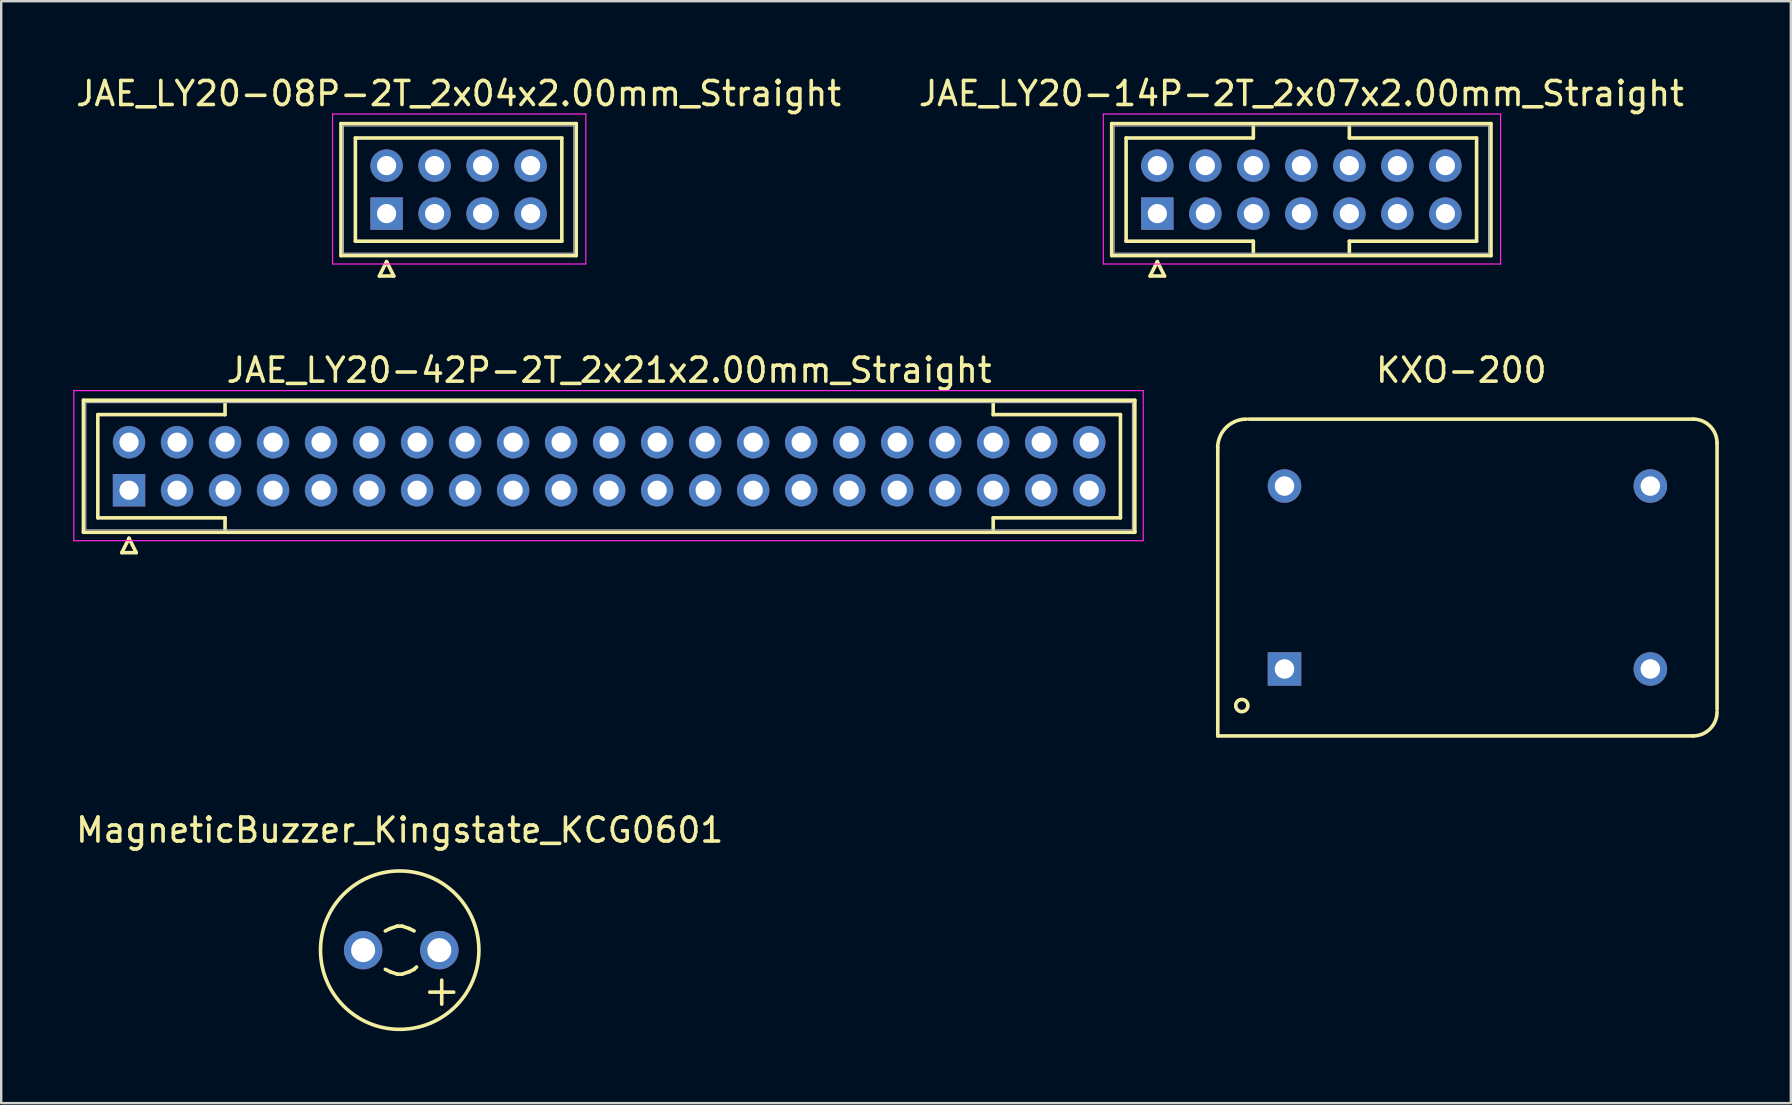
<source format=kicad_pcb>
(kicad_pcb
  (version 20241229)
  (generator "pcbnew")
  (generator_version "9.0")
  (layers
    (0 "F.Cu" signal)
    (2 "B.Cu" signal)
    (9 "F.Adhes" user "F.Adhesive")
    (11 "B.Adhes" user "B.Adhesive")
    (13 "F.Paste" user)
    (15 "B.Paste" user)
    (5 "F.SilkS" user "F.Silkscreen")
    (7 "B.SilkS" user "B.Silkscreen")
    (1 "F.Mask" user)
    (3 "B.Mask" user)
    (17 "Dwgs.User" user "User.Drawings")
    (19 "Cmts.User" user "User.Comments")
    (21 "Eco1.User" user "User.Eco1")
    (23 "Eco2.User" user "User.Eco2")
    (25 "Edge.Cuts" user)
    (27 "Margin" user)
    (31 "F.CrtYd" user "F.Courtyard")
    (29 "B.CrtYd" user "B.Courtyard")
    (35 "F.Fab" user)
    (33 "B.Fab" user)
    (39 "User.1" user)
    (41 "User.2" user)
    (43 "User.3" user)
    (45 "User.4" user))
  (footprint "JAE_LY20-14P-2T_2x07x2.00mm_Straight"
    (layer "F.Cu")
    (at 45.161 5.848)
    (property "Reference" "JAE_LY20-14P-2T_2x07x2.00mm_Straight" (at 6 -5 0) (layer "F.SilkS") (effects (font (size 1 1) (thickness 0.15))))
    (attr through_hole)
    (fp_line (start -1.9 -3.75) (end -1.9 1.75) (stroke (width 0.15) (type solid)) (layer "F.SilkS"))
    (fp_line (start -1.9 1.75) (end 13.9 1.75) (stroke (width 0.15) (type solid)) (layer "F.SilkS"))
    (fp_line (start -1.3 -3.15) (end 4 -3.15) (stroke (width 0.15) (type solid)) (layer "F.SilkS"))
    (fp_line (start -1.3 1.15) (end -1.3 -3.15) (stroke (width 0.15) (type solid)) (layer "F.SilkS"))
    (fp_line (start -0.3 2.6) (end 0.3 2.6) (stroke (width 0.15) (type solid)) (layer "F.SilkS"))
    (fp_line (start 0 2) (end -0.3 2.6) (stroke (width 0.15) (type solid)) (layer "F.SilkS"))
    (fp_line (start 0.3 2.6) (end 0 2) (stroke (width 0.15) (type solid)) (layer "F.SilkS"))
    (fp_line (start 4 -3.15) (end 4 -3.65) (stroke (width 0.15) (type solid)) (layer "F.SilkS"))
    (fp_line (start 4 1.15) (end -1.3 1.15) (stroke (width 0.15) (type solid)) (layer "F.SilkS"))
    (fp_line (start 4 1.65) (end 4 1.15) (stroke (width 0.15) (type solid)) (layer "F.SilkS"))
    (fp_line (start 8 -3.15) (end 8 -3.65) (stroke (width 0.15) (type solid)) (layer "F.SilkS"))
    (fp_line (start 8 1.15) (end 13.3 1.15) (stroke (width 0.15) (type solid)) (layer "F.SilkS"))
    (fp_line (start 8 1.65) (end 8 1.15) (stroke (width 0.15) (type solid)) (layer "F.SilkS"))
    (fp_line (start 13.3 -3.15) (end 8 -3.15) (stroke (width 0.15) (type solid)) (layer "F.SilkS"))
    (fp_line (start 13.3 1.15) (end 13.3 -3.15) (stroke (width 0.15) (type solid)) (layer "F.SilkS"))
    (fp_line (start 13.9 -3.75) (end -1.9 -3.75) (stroke (width 0.15) (type solid)) (layer "F.SilkS"))
    (fp_line (start 13.9 1.75) (end 13.9 -3.75) (stroke (width 0.15) (type solid)) (layer "F.SilkS"))
    (fp_line (start -2.25 -4.15) (end -2.25 2.1) (stroke (width 0.05) (type solid)) (layer "F.CrtYd"))
    (fp_line (start -2.25 2.1) (end 14.3 2.1) (stroke (width 0.05) (type solid)) (layer "F.CrtYd"))
    (fp_line (start 14.3 -4.15) (end -2.25 -4.15) (stroke (width 0.05) (type solid)) (layer "F.CrtYd"))
    (fp_line (start 14.3 2.1) (end 14.3 -4.15) (stroke (width 0.05) (type solid)) (layer "F.CrtYd"))
    (fp_line (start -1.8 -3.65) (end -1.8 1.65) (stroke (width 0.05) (type solid)) (layer "F.Fab"))
    (fp_line (start -1.8 1.65) (end 13.8 1.65) (stroke (width 0.05) (type solid)) (layer "F.Fab"))
    (fp_line (start 13.8 -3.65) (end -1.8 -3.65) (stroke (width 0.05) (type solid)) (layer "F.Fab"))
    (fp_line (start 13.8 1.65) (end 13.8 -3.65) (stroke (width 0.05) (type solid)) (layer "F.Fab"))
    (pad "1" thru_hole rect (at 0 0) (size 1.35 1.35) (drill 0.8) (layers "*.Cu" "*.Mask"))
    (pad "2" thru_hole circle (at 2 0) (size 1.35 1.35) (drill 0.8) (layers "*.Cu" "*.Mask"))
    (pad "3" thru_hole circle (at 4 0) (size 1.35 1.35) (drill 0.8) (layers "*.Cu" "*.Mask"))
    (pad "4" thru_hole circle (at 6 0) (size 1.35 1.35) (drill 0.8) (layers "*.Cu" "*.Mask"))
    (pad "5" thru_hole circle (at 8 0) (size 1.35 1.35) (drill 0.8) (layers "*.Cu" "*.Mask"))
    (pad "6" thru_hole circle (at 10 0) (size 1.35 1.35) (drill 0.8) (layers "*.Cu" "*.Mask"))
    (pad "7" thru_hole circle (at 12 0) (size 1.35 1.35) (drill 0.8) (layers "*.Cu" "*.Mask"))
    (pad "8" thru_hole circle (at 0 -2) (size 1.35 1.35) (drill 0.8) (layers "*.Cu" "*.Mask"))
    (pad "9" thru_hole circle (at 2 -2) (size 1.35 1.35) (drill 0.8) (layers "*.Cu" "*.Mask"))
    (pad "10" thru_hole circle (at 4 -2) (size 1.35 1.35) (drill 0.8) (layers "*.Cu" "*.Mask"))
    (pad "11" thru_hole circle (at 6 -2) (size 1.35 1.35) (drill 0.8) (layers "*.Cu" "*.Mask"))
    (pad "12" thru_hole circle (at 8 -2) (size 1.35 1.35) (drill 0.8) (layers "*.Cu" "*.Mask"))
    (pad "13" thru_hole circle (at 10 -2) (size 1.35 1.35) (drill 0.8) (layers "*.Cu" "*.Mask"))
    (pad "14" thru_hole circle (at 12 -2) (size 1.35 1.35) (drill 0.8) (layers "*.Cu" "*.Mask")))
  (footprint "JAE_LY20-08P-2T_2x04x2.00mm_Straight"
    (layer "F.Cu")
    (at 13.054 5.848)
    (property "Reference" "JAE_LY20-08P-2T_2x04x2.00mm_Straight" (at 3 -5 0) (layer "F.SilkS") (effects (font (size 1 1) (thickness 0.15))))
    (attr through_hole)
    (fp_line (start -1.9 -3.75) (end -1.9 1.75) (stroke (width 0.15) (type solid)) (layer "F.SilkS"))
    (fp_line (start -1.9 1.75) (end 7.9 1.75) (stroke (width 0.15) (type solid)) (layer "F.SilkS"))
    (fp_line (start -1.3 -3.15) (end -1.3 1.15) (stroke (width 0.15) (type solid)) (layer "F.SilkS"))
    (fp_line (start -1.3 1.15) (end 7.3 1.15) (stroke (width 0.15) (type solid)) (layer "F.SilkS"))
    (fp_line (start -0.3 2.6) (end 0.3 2.6) (stroke (width 0.15) (type solid)) (layer "F.SilkS"))
    (fp_line (start 0 2) (end -0.3 2.6) (stroke (width 0.15) (type solid)) (layer "F.SilkS"))
    (fp_line (start 0.3 2.6) (end 0 2) (stroke (width 0.15) (type solid)) (layer "F.SilkS"))
    (fp_line (start 7.3 -3.15) (end -1.3 -3.15) (stroke (width 0.15) (type solid)) (layer "F.SilkS"))
    (fp_line (start 7.3 1.15) (end 7.3 -3.15) (stroke (width 0.15) (type solid)) (layer "F.SilkS"))
    (fp_line (start 7.9 -3.75) (end -1.9 -3.75) (stroke (width 0.15) (type solid)) (layer "F.SilkS"))
    (fp_line (start 7.9 1.75) (end 7.9 -3.75) (stroke (width 0.15) (type solid)) (layer "F.SilkS"))
    (fp_line (start -2.25 -4.15) (end -2.25 2.1) (stroke (width 0.05) (type solid)) (layer "F.CrtYd"))
    (fp_line (start -2.25 2.1) (end 8.3 2.1) (stroke (width 0.05) (type solid)) (layer "F.CrtYd"))
    (fp_line (start 8.3 -4.15) (end -2.25 -4.15) (stroke (width 0.05) (type solid)) (layer "F.CrtYd"))
    (fp_line (start 8.3 2.1) (end 8.3 -4.15) (stroke (width 0.05) (type solid)) (layer "F.CrtYd"))
    (fp_line (start -1.8 -3.65) (end -1.8 1.65) (stroke (width 0.05) (type solid)) (layer "F.Fab"))
    (fp_line (start -1.8 1.65) (end 7.8 1.65) (stroke (width 0.05) (type solid)) (layer "F.Fab"))
    (fp_line (start 7.8 -3.65) (end -1.8 -3.65) (stroke (width 0.05) (type solid)) (layer "F.Fab"))
    (fp_line (start 7.8 1.65) (end 7.8 -3.65) (stroke (width 0.05) (type solid)) (layer "F.Fab"))
    (pad "1" thru_hole rect (at 0 0) (size 1.35 1.35) (drill 0.8) (layers "*.Cu" "*.Mask"))
    (pad "2" thru_hole circle (at 2 0) (size 1.35 1.35) (drill 0.8) (layers "*.Cu" "*.Mask"))
    (pad "3" thru_hole circle (at 4 0) (size 1.35 1.35) (drill 0.8) (layers "*.Cu" "*.Mask"))
    (pad "4" thru_hole circle (at 6 0) (size 1.35 1.35) (drill 0.8) (layers "*.Cu" "*.Mask"))
    (pad "5" thru_hole circle (at 0 -2) (size 1.35 1.35) (drill 0.8) (layers "*.Cu" "*.Mask"))
    (pad "6" thru_hole circle (at 2 -2) (size 1.35 1.35) (drill 0.8) (layers "*.Cu" "*.Mask"))
    (pad "7" thru_hole circle (at 4 -2) (size 1.35 1.35) (drill 0.8) (layers "*.Cu" "*.Mask"))
    (pad "8" thru_hole circle (at 6 -2) (size 1.35 1.35) (drill 0.8) (layers "*.Cu" "*.Mask")))
  (footprint "KXO-200"
    (layer "F.Cu")
    (at 58.079 21.008)
    (property "Reference" "KXO-200" (at -0.254 -8.636 0) (layer "F.SilkS") (effects (font (size 1 1) (thickness 0.15))))
    (attr through_hole)
    (fp_line (start -10.399 -5.4) (end -10.399 6.599) (stroke (width 0.15) (type solid)) (layer "F.SilkS"))
    (fp_line (start -9.101 -6.599) (end 9.401 -6.599) (stroke (width 0.15) (type solid)) (layer "F.SilkS"))
    (fp_line (start 9.401 6.599) (end -10.399 6.599) (stroke (width 0.15) (type solid)) (layer "F.SilkS"))
    (fp_line (start 10.399 -5.601) (end 10.399 5.499) (stroke (width 0.15) (type solid)) (layer "F.SilkS"))
    (fp_arc (start -10.40384 -5.40004) (mid -10.052696 -6.247776) (end -9.20496 -6.59892) (stroke (width 0.15) (type solid)) (layer "F.SilkS"))
    (fp_arc (start 9.40054 -6.59892) (mid 10.106388 -6.306548) (end 10.39876 -5.6007) (stroke (width 0.15) (type solid)) (layer "F.SilkS"))
    (fp_arc (start 10.39876 5.6007) (mid 10.106388 6.306548) (end 9.40054 6.59892) (stroke (width 0.15) (type solid)) (layer "F.SilkS"))
    (fp_circle (center -9.398 5.334) (end -9.398 5.588) (stroke (width 0.15) (type solid)) (fill no) (layer "F.SilkS"))
    (pad "1" thru_hole rect (at -7.62 3.81) (size 1.397 1.397) (drill 0.813) (layers "*.Cu" "*.Mask"))
    (pad "7" thru_hole circle (at 7.62 3.81) (size 1.397 1.397) (drill 0.813) (layers "*.Cu" "*.Mask"))
    (pad "8" thru_hole circle (at 7.62 -3.81) (size 1.397 1.397) (drill 0.813) (layers "*.Cu" "*.Mask"))
    (pad "14" thru_hole circle (at -7.62 -3.81) (size 1.397 1.397) (drill 0.813) (layers "*.Cu" "*.Mask")))
  (footprint "MagneticBuzzer_Kingstate_KCG0601"
    (layer "F.Cu")
    (at 12.077 36.531)
    (property "Reference" "MagneticBuzzer_Kingstate_KCG0601" (at 1.524 -5.001 0) (layer "F.SilkS") (effects (font (size 1 1) (thickness 0.15))))
    (attr through_hole)
    (fp_line (start 1.125 -0.899) (end 0.925 -0.8) (stroke (width 0.15) (type solid)) (layer "F.SilkS"))
    (fp_line (start 1.125 0.899) (end 0.925 0.8) (stroke (width 0.15) (type solid)) (layer "F.SilkS"))
    (fp_line (start 1.425 -1.001) (end 1.125 -0.899) (stroke (width 0.15) (type solid)) (layer "F.SilkS"))
    (fp_line (start 1.425 1.001) (end 1.125 0.899) (stroke (width 0.15) (type solid)) (layer "F.SilkS"))
    (fp_line (start 1.623 -1.001) (end 1.425 -1.001) (stroke (width 0.15) (type solid)) (layer "F.SilkS"))
    (fp_line (start 1.623 1.001) (end 1.425 1.001) (stroke (width 0.15) (type solid)) (layer "F.SilkS"))
    (fp_line (start 1.923 -0.899) (end 1.623 -1.001) (stroke (width 0.15) (type solid)) (layer "F.SilkS"))
    (fp_line (start 1.923 0.899) (end 1.623 1.001) (stroke (width 0.15) (type solid)) (layer "F.SilkS"))
    (fp_line (start 2.123 -0.8) (end 1.923 -0.899) (stroke (width 0.15) (type solid)) (layer "F.SilkS"))
    (fp_line (start 2.123 0.8) (end 1.923 0.899) (stroke (width 0.15) (type solid)) (layer "F.SilkS"))
    (fp_line (start 2.225 0.701) (end 2.123 0.8) (stroke (width 0.15) (type solid)) (layer "F.SilkS"))
    (fp_line (start 2.774 1.75) (end 3.774 1.75) (stroke (width 0.15) (type solid)) (layer "F.SilkS"))
    (fp_line (start 3.274 1.25) (end 3.274 2.25) (stroke (width 0.15) (type solid)) (layer "F.SilkS"))
    (fp_circle (center 1.524 0) (end 4.823 0) (stroke (width 0.15) (type solid)) (fill no) (layer "F.SilkS"))
    (pad "1" thru_hole circle (at 0 0) (size 1.6 1.6) (drill 1.001) (layers "*.Cu" "*.Mask"))
    (pad "2" thru_hole circle (at 3.175 0) (size 1.6 1.6) (drill 1.001) (layers "*.Cu" "*.Mask")))
  (footprint "JAE_LY20-42P-2T_2x21x2.00mm_Straight"
    (layer "F.Cu")
    (at 2.325 17.372)
    (property "Reference" "JAE_LY20-42P-2T_2x21x2.00mm_Straight" (at 20 -5 0) (layer "F.SilkS") (effects (font (size 1 1) (thickness 0.15))))
    (attr through_hole)
    (fp_line (start -1.9 -3.75) (end -1.9 1.75) (stroke (width 0.15) (type solid)) (layer "F.SilkS"))
    (fp_line (start -1.9 1.75) (end 41.9 1.75) (stroke (width 0.15) (type solid)) (layer "F.SilkS"))
    (fp_line (start -1.3 -3.15) (end 4 -3.15) (stroke (width 0.15) (type solid)) (layer "F.SilkS"))
    (fp_line (start -1.3 1.15) (end -1.3 -3.15) (stroke (width 0.15) (type solid)) (layer "F.SilkS"))
    (fp_line (start -0.3 2.6) (end 0.3 2.6) (stroke (width 0.15) (type solid)) (layer "F.SilkS"))
    (fp_line (start 0 2) (end -0.3 2.6) (stroke (width 0.15) (type solid)) (layer "F.SilkS"))
    (fp_line (start 0.3 2.6) (end 0 2) (stroke (width 0.15) (type solid)) (layer "F.SilkS"))
    (fp_line (start 4 -3.15) (end 4 -3.65) (stroke (width 0.15) (type solid)) (layer "F.SilkS"))
    (fp_line (start 4 1.15) (end -1.3 1.15) (stroke (width 0.15) (type solid)) (layer "F.SilkS"))
    (fp_line (start 4 1.65) (end 4 1.15) (stroke (width 0.15) (type solid)) (layer "F.SilkS"))
    (fp_line (start 36 -3.15) (end 36 -3.65) (stroke (width 0.15) (type solid)) (layer "F.SilkS"))
    (fp_line (start 36 1.15) (end 41.3 1.15) (stroke (width 0.15) (type solid)) (layer "F.SilkS"))
    (fp_line (start 36 1.65) (end 36 1.15) (stroke (width 0.15) (type solid)) (layer "F.SilkS"))
    (fp_line (start 41.3 -3.15) (end 36 -3.15) (stroke (width 0.15) (type solid)) (layer "F.SilkS"))
    (fp_line (start 41.3 1.15) (end 41.3 -3.15) (stroke (width 0.15) (type solid)) (layer "F.SilkS"))
    (fp_line (start 41.9 -3.75) (end -1.9 -3.75) (stroke (width 0.15) (type solid)) (layer "F.SilkS"))
    (fp_line (start 41.9 1.75) (end 41.9 -3.75) (stroke (width 0.15) (type solid)) (layer "F.SilkS"))
    (fp_line (start -2.3 -4.15) (end -2.3 2.1) (stroke (width 0.05) (type solid)) (layer "F.CrtYd"))
    (fp_line (start -2.3 2.1) (end 42.25 2.1) (stroke (width 0.05) (type solid)) (layer "F.CrtYd"))
    (fp_line (start 42.25 -4.15) (end -2.3 -4.15) (stroke (width 0.05) (type solid)) (layer "F.CrtYd"))
    (fp_line (start 42.25 2.1) (end 42.25 -4.15) (stroke (width 0.05) (type solid)) (layer "F.CrtYd"))
    (fp_line (start -1.8 -3.65) (end -1.8 1.65) (stroke (width 0.05) (type solid)) (layer "F.Fab"))
    (fp_line (start -1.8 1.65) (end 41.8 1.65) (stroke (width 0.05) (type solid)) (layer "F.Fab"))
    (fp_line (start 41.8 -3.65) (end -1.8 -3.65) (stroke (width 0.05) (type solid)) (layer "F.Fab"))
    (fp_line (start 41.8 1.65) (end 41.8 -3.65) (stroke (width 0.05) (type solid)) (layer "F.Fab"))
    (pad "1" thru_hole rect (at 0 0) (size 1.35 1.35) (drill 0.8) (layers "*.Cu" "*.Mask"))
    (pad "2" thru_hole circle (at 2 0) (size 1.35 1.35) (drill 0.8) (layers "*.Cu" "*.Mask"))
    (pad "3" thru_hole circle (at 4 0) (size 1.35 1.35) (drill 0.8) (layers "*.Cu" "*.Mask"))
    (pad "4" thru_hole circle (at 6 0) (size 1.35 1.35) (drill 0.8) (layers "*.Cu" "*.Mask"))
    (pad "5" thru_hole circle (at 8 0) (size 1.35 1.35) (drill 0.8) (layers "*.Cu" "*.Mask"))
    (pad "6" thru_hole circle (at 10 0) (size 1.35 1.35) (drill 0.8) (layers "*.Cu" "*.Mask"))
    (pad "7" thru_hole circle (at 12 0) (size 1.35 1.35) (drill 0.8) (layers "*.Cu" "*.Mask"))
    (pad "8" thru_hole circle (at 14 0) (size 1.35 1.35) (drill 0.8) (layers "*.Cu" "*.Mask"))
    (pad "9" thru_hole circle (at 16 0) (size 1.35 1.35) (drill 0.8) (layers "*.Cu" "*.Mask"))
    (pad "10" thru_hole circle (at 18 0) (size 1.35 1.35) (drill 0.8) (layers "*.Cu" "*.Mask"))
    (pad "11" thru_hole circle (at 20 0) (size 1.35 1.35) (drill 0.8) (layers "*.Cu" "*.Mask"))
    (pad "12" thru_hole circle (at 22 0) (size 1.35 1.35) (drill 0.8) (layers "*.Cu" "*.Mask"))
    (pad "13" thru_hole circle (at 24 0) (size 1.35 1.35) (drill 0.8) (layers "*.Cu" "*.Mask"))
    (pad "14" thru_hole circle (at 26 0) (size 1.35 1.35) (drill 0.8) (layers "*.Cu" "*.Mask"))
    (pad "15" thru_hole circle (at 28 0) (size 1.35 1.35) (drill 0.8) (layers "*.Cu" "*.Mask"))
    (pad "16" thru_hole circle (at 30 0) (size 1.35 1.35) (drill 0.8) (layers "*.Cu" "*.Mask"))
    (pad "17" thru_hole circle (at 32 0) (size 1.35 1.35) (drill 0.8) (layers "*.Cu" "*.Mask"))
    (pad "18" thru_hole circle (at 34 0) (size 1.35 1.35) (drill 0.8) (layers "*.Cu" "*.Mask"))
    (pad "19" thru_hole circle (at 36 0) (size 1.35 1.35) (drill 0.8) (layers "*.Cu" "*.Mask"))
    (pad "20" thru_hole circle (at 38 0) (size 1.35 1.35) (drill 0.8) (layers "*.Cu" "*.Mask"))
    (pad "21" thru_hole circle (at 40 0) (size 1.35 1.35) (drill 0.8) (layers "*.Cu" "*.Mask"))
    (pad "22" thru_hole circle (at 0 -2) (size 1.35 1.35) (drill 0.8) (layers "*.Cu" "*.Mask"))
    (pad "23" thru_hole circle (at 2 -2) (size 1.35 1.35) (drill 0.8) (layers "*.Cu" "*.Mask"))
    (pad "24" thru_hole circle (at 4 -2) (size 1.35 1.35) (drill 0.8) (layers "*.Cu" "*.Mask"))
    (pad "25" thru_hole circle (at 6 -2) (size 1.35 1.35) (drill 0.8) (layers "*.Cu" "*.Mask"))
    (pad "26" thru_hole circle (at 8 -2) (size 1.35 1.35) (drill 0.8) (layers "*.Cu" "*.Mask"))
    (pad "27" thru_hole circle (at 10 -2) (size 1.35 1.35) (drill 0.8) (layers "*.Cu" "*.Mask"))
    (pad "28" thru_hole circle (at 12 -2) (size 1.35 1.35) (drill 0.8) (layers "*.Cu" "*.Mask"))
    (pad "29" thru_hole circle (at 14 -2) (size 1.35 1.35) (drill 0.8) (layers "*.Cu" "*.Mask"))
    (pad "30" thru_hole circle (at 16 -2) (size 1.35 1.35) (drill 0.8) (layers "*.Cu" "*.Mask"))
    (pad "31" thru_hole circle (at 18 -2) (size 1.35 1.35) (drill 0.8) (layers "*.Cu" "*.Mask"))
    (pad "32" thru_hole circle (at 20 -2) (size 1.35 1.35) (drill 0.8) (layers "*.Cu" "*.Mask"))
    (pad "33" thru_hole circle (at 22 -2) (size 1.35 1.35) (drill 0.8) (layers "*.Cu" "*.Mask"))
    (pad "34" thru_hole circle (at 24 -2) (size 1.35 1.35) (drill 0.8) (layers "*.Cu" "*.Mask"))
    (pad "35" thru_hole circle (at 26 -2) (size 1.35 1.35) (drill 0.8) (layers "*.Cu" "*.Mask"))
    (pad "36" thru_hole circle (at 28 -2) (size 1.35 1.35) (drill 0.8) (layers "*.Cu" "*.Mask"))
    (pad "37" thru_hole circle (at 30 -2) (size 1.35 1.35) (drill 0.8) (layers "*.Cu" "*.Mask"))
    (pad "38" thru_hole circle (at 32 -2) (size 1.35 1.35) (drill 0.8) (layers "*.Cu" "*.Mask"))
    (pad "39" thru_hole circle (at 34 -2) (size 1.35 1.35) (drill 0.8) (layers "*.Cu" "*.Mask"))
    (pad "40" thru_hole circle (at 36 -2) (size 1.35 1.35) (drill 0.8) (layers "*.Cu" "*.Mask"))
    (pad "41" thru_hole circle (at 38 -2) (size 1.35 1.35) (drill 0.8) (layers "*.Cu" "*.Mask"))
    (pad "42" thru_hole circle (at 40 -2) (size 1.35 1.35) (drill 0.8) (layers "*.Cu" "*.Mask")))
  (gr_rect
    (start -3 -3)
    (end 71.553 42.905)
    (stroke (width 0.1) (type default))
    (fill no)
    (layer "Edge.Cuts")))
</source>
